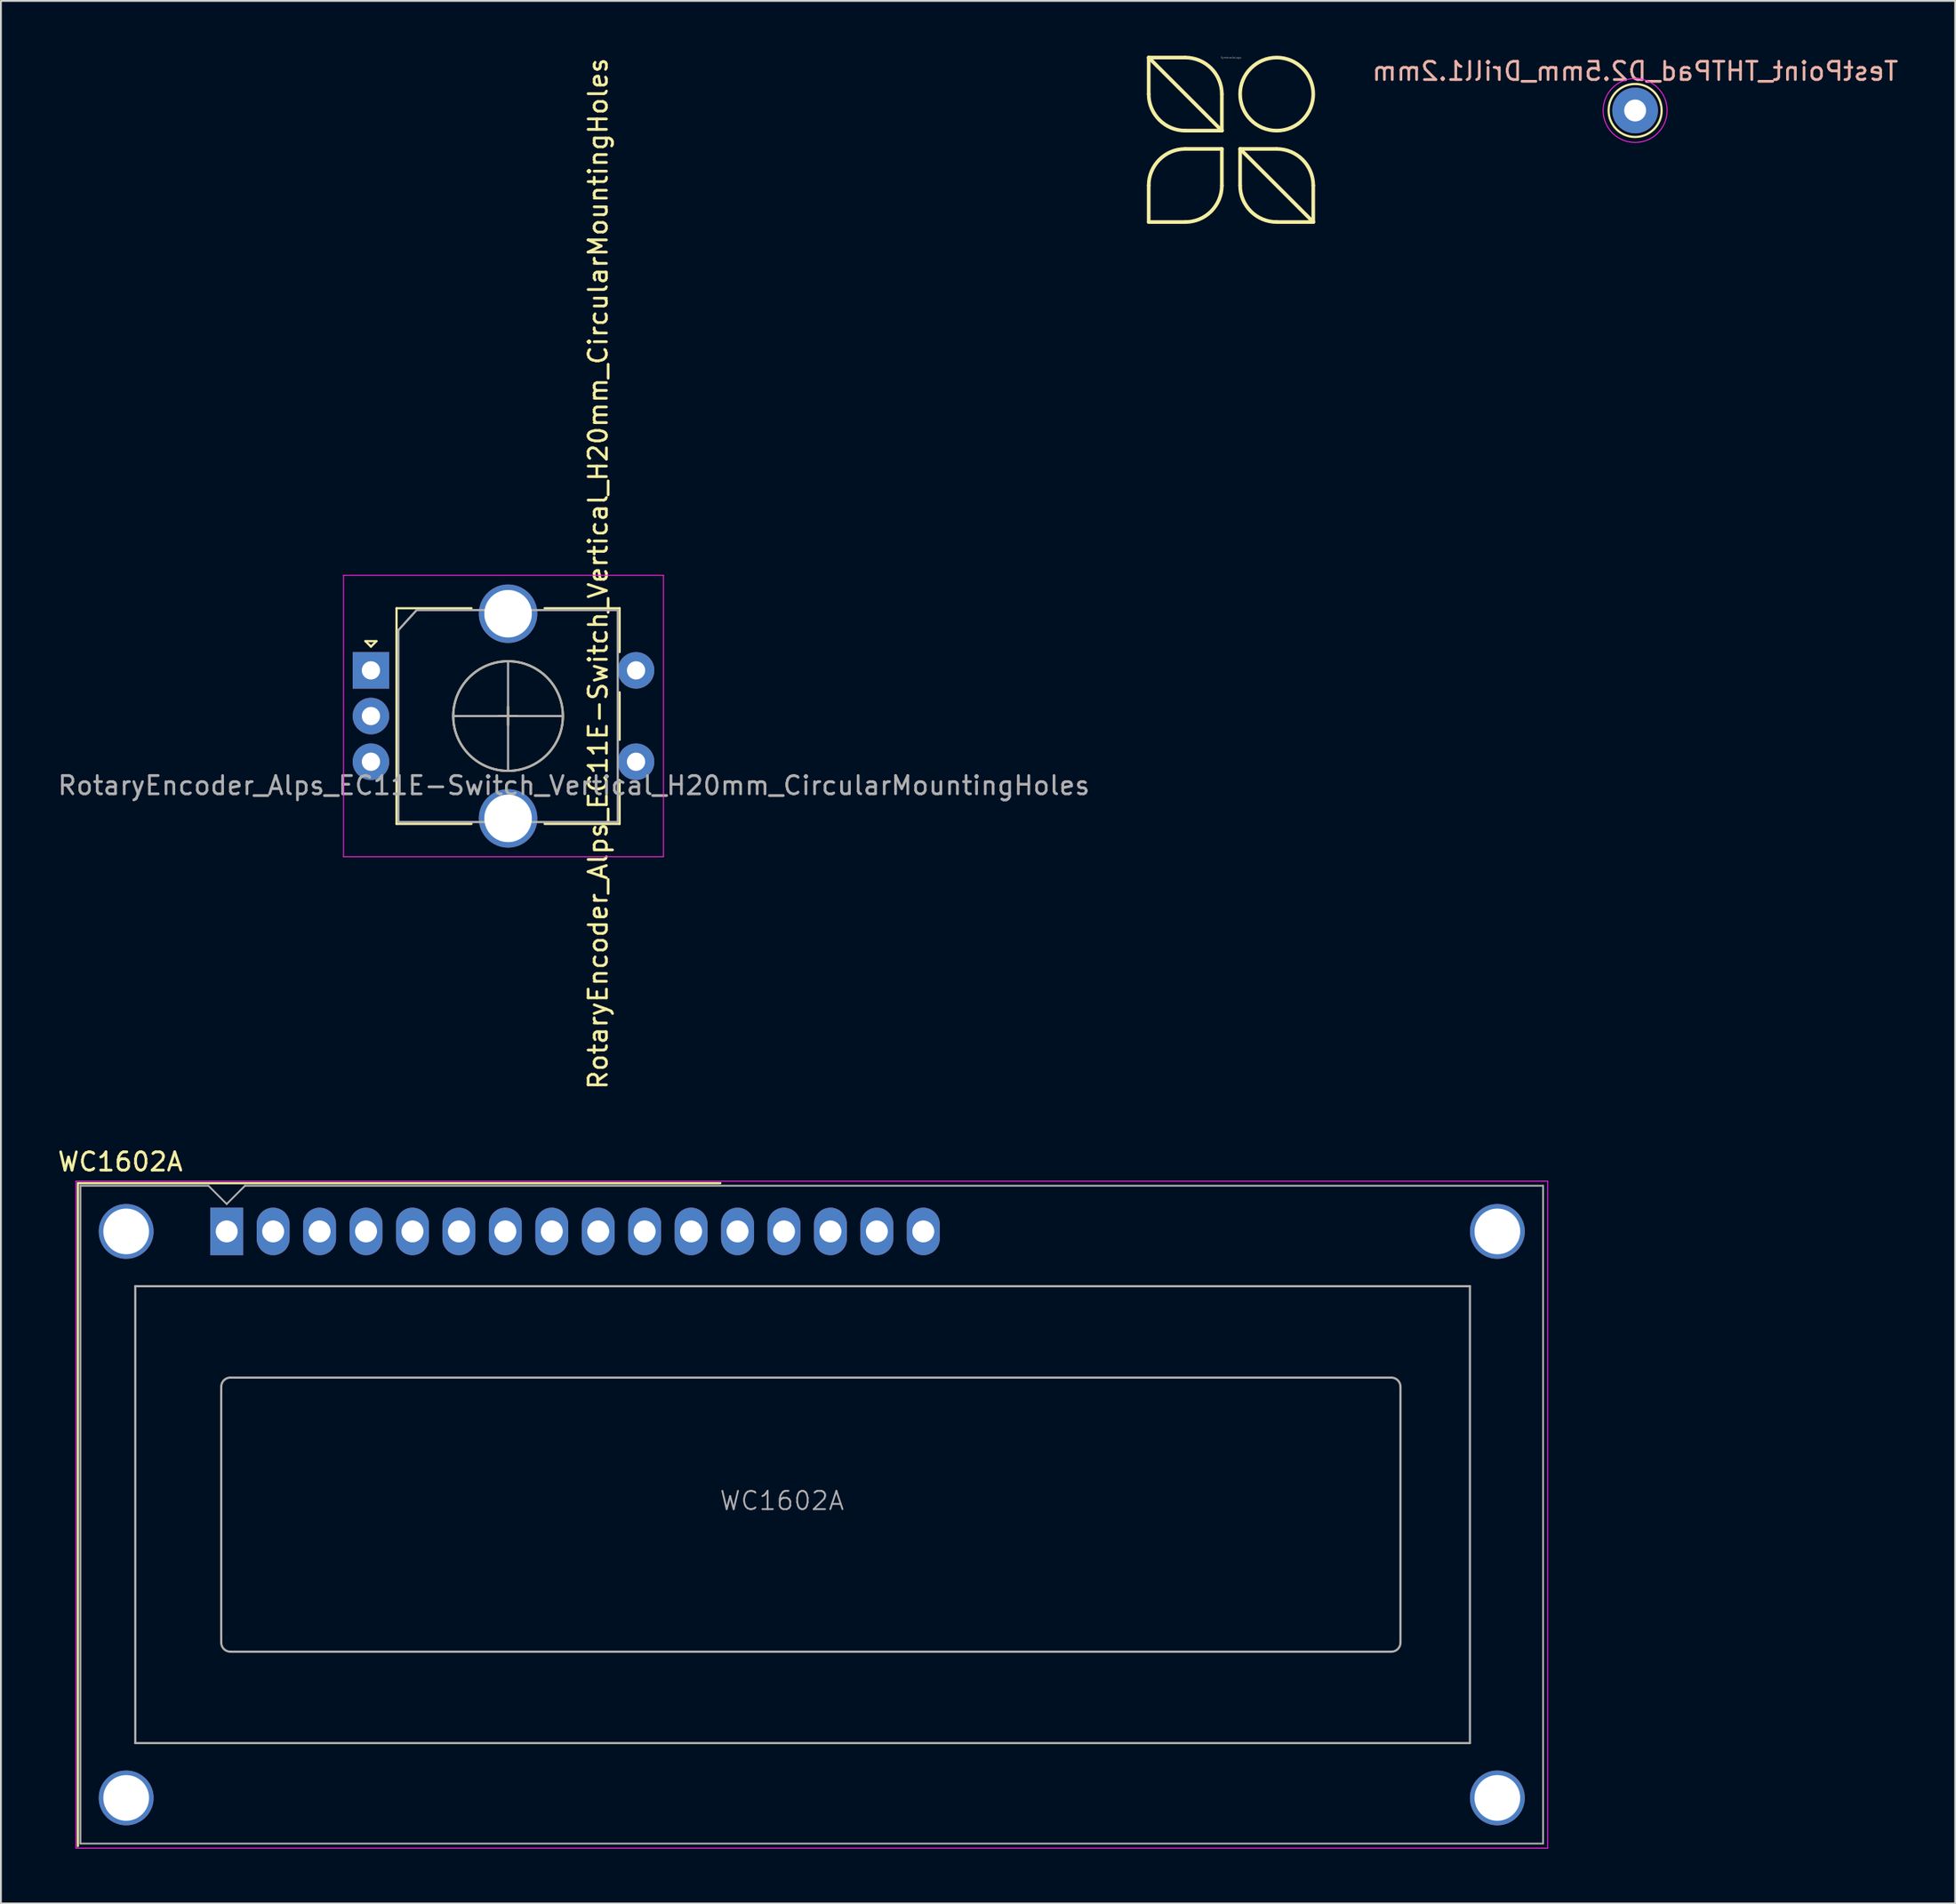
<source format=kicad_pcb>
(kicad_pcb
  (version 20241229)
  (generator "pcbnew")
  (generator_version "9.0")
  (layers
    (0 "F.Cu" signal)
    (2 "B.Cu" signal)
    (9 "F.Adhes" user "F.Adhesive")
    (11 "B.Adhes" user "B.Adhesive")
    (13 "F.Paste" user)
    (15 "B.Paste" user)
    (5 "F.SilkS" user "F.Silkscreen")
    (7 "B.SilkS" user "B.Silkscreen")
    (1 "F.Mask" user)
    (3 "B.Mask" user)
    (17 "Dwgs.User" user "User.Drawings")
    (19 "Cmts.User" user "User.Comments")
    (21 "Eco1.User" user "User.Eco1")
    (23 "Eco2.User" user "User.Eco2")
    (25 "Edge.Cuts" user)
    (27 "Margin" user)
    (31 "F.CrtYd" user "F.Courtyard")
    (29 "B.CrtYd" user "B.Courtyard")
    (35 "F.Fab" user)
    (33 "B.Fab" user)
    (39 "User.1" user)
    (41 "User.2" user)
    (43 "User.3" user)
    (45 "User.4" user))
  (footprint "WC1602A"
    (layer "F.Cu")
    (at 9.35 64.337)
    (property "Reference" "WC1602A" (at -5.82 -3.81 0) (layer "F.SilkS") (effects (font (size 1 1) (thickness 0.15))))
    (attr through_hole)
    (fp_line (start -8.14 -2.64) (end -8.14 33.64) (stroke (width 0.12) (type solid)) (layer "F.SilkS"))
    (fp_line (start -8.13 -2.64) (end 27 -2.64) (stroke (width 0.12) (type solid)) (layer "F.SilkS"))
    (fp_line (start -8.25 -2.75) (end -8.25 33.75) (stroke (width 0.05) (type solid)) (layer "F.CrtYd"))
    (fp_line (start -8.25 -2.75) (end 72.25 -2.75) (stroke (width 0.05) (type solid)) (layer "F.CrtYd"))
    (fp_line (start -8.25 33.75) (end 72.25 33.75) (stroke (width 0.05) (type solid)) (layer "F.CrtYd"))
    (fp_line (start 72.25 -2.75) (end 72.25 33.75) (stroke (width 0.05) (type solid)) (layer "F.CrtYd"))
    (fp_line (start -8 33.5) (end -8 -2.5) (stroke (width 0.1) (type solid)) (layer "F.Fab"))
    (fp_line (start -5 3) (end 68 3) (stroke (width 0.12) (type solid)) (layer "F.Fab"))
    (fp_line (start -5 28) (end -5 3) (stroke (width 0.12) (type solid)) (layer "F.Fab"))
    (fp_line (start -1 -2.5) (end -8 -2.5) (stroke (width 0.1) (type solid)) (layer "F.Fab"))
    (fp_line (start -0.3 22.499) (end -0.3 8.5) (stroke (width 0.12) (type solid)) (layer "F.Fab"))
    (fp_line (start 0 -1.5) (end -1 -2.5) (stroke (width 0.1) (type solid)) (layer "F.Fab"))
    (fp_line (start 0.2 8) (end 63.7 8) (stroke (width 0.12) (type solid)) (layer "F.Fab"))
    (fp_line (start 1 -2.5) (end 0 -1.5) (stroke (width 0.1) (type solid)) (layer "F.Fab"))
    (fp_line (start 1 -2.5) (end 72 -2.5) (stroke (width 0.1) (type solid)) (layer "F.Fab"))
    (fp_line (start 63.701 23) (end 0.2 23) (stroke (width 0.12) (type solid)) (layer "F.Fab"))
    (fp_line (start 64.2 8.5) (end 64.2 22.5) (stroke (width 0.12) (type solid)) (layer "F.Fab"))
    (fp_line (start 68 3) (end 68 28) (stroke (width 0.12) (type solid)) (layer "F.Fab"))
    (fp_line (start 68 28) (end -5 28) (stroke (width 0.12) (type solid)) (layer "F.Fab"))
    (fp_line (start 72 -2.5) (end 72 33.5) (stroke (width 0.1) (type solid)) (layer "F.Fab"))
    (fp_line (start 72 33.5) (end -8 33.5) (stroke (width 0.1) (type solid)) (layer "F.Fab"))
    (fp_arc (start -0.29972 8.49884) (mid -0.153162 8.145018) (end 0.20066 7.99846) (stroke (width 0.12) (type solid)) (layer "F.Fab"))
    (fp_arc (start 0.20066 22.9997) (mid -0.153162 22.853142) (end -0.29972 22.49932) (stroke (width 0.12) (type solid)) (layer "F.Fab"))
    (fp_arc (start 63.7 8) (mid 64.053553 8.146447) (end 64.2 8.5) (stroke (width 0.12) (type solid)) (layer "F.Fab"))
    (fp_arc (start 64.20104 22.49932) (mid 64.054482 22.853142) (end 63.70066 22.9997) (stroke (width 0.12) (type solid)) (layer "F.Fab"))
    (fp_text user "${REFERENCE}" (at 30.37 14.74 0) (layer "F.Fab") (effects (font (size 1 1) (thickness 0.1))))
    (pad "" thru_hole circle (at -5.499 0) (size 3 3) (drill 2.5) (layers "*.Cu" "*.Mask"))
    (pad "" thru_hole circle (at -5.499 31.001) (size 3 3) (drill 2.5) (layers "*.Cu" "*.Mask"))
    (pad "" thru_hole circle (at 69.499 31.001) (size 3 3) (drill 2.5) (layers "*.Cu" "*.Mask"))
    (pad "" thru_hole circle (at 69.5 0) (size 3 3) (drill 2.5) (layers "*.Cu" "*.Mask"))
    (pad "1" thru_hole rect (at 0 0) (size 1.8 2.6) (drill 1.2) (layers "*.Cu" "*.Mask"))
    (pad "2" thru_hole oval (at 2.54 0) (size 1.8 2.6) (drill 1.2) (layers "*.Cu" "*.Mask"))
    (pad "3" thru_hole oval (at 5.08 0) (size 1.8 2.6) (drill 1.2) (layers "*.Cu" "*.Mask"))
    (pad "4" thru_hole oval (at 7.62 0) (size 1.8 2.6) (drill 1.2) (layers "*.Cu" "*.Mask"))
    (pad "5" thru_hole oval (at 10.16 0) (size 1.8 2.6) (drill 1.2) (layers "*.Cu" "*.Mask"))
    (pad "6" thru_hole oval (at 12.7 0) (size 1.8 2.6) (drill 1.2) (layers "*.Cu" "*.Mask"))
    (pad "7" thru_hole oval (at 15.24 0) (size 1.8 2.6) (drill 1.2) (layers "*.Cu" "*.Mask"))
    (pad "8" thru_hole oval (at 17.78 0) (size 1.8 2.6) (drill 1.2) (layers "*.Cu" "*.Mask"))
    (pad "9" thru_hole oval (at 20.32 0) (size 1.8 2.6) (drill 1.2) (layers "*.Cu" "*.Mask"))
    (pad "10" thru_hole oval (at 22.86 0) (size 1.8 2.6) (drill 1.2) (layers "*.Cu" "*.Mask"))
    (pad "11" thru_hole oval (at 25.4 0) (size 1.8 2.6) (drill 1.2) (layers "*.Cu" "*.Mask"))
    (pad "12" thru_hole oval (at 27.94 0) (size 1.8 2.6) (drill 1.2) (layers "*.Cu" "*.Mask"))
    (pad "13" thru_hole oval (at 30.48 0) (size 1.8 2.6) (drill 1.2) (layers "*.Cu" "*.Mask"))
    (pad "14" thru_hole oval (at 33.02 0) (size 1.8 2.6) (drill 1.2) (layers "*.Cu" "*.Mask"))
    (pad "15" thru_hole oval (at 35.56 0) (size 1.8 2.6) (drill 1.2) (layers "*.Cu" "*.Mask"))
    (pad "16" thru_hole oval (at 38.1 0) (size 1.8 2.6) (drill 1.2) (layers "*.Cu" "*.Mask")))
  (footprint "TestPoint_THTPad_D2.5mm_Drill1.2mm"
    (layer "F.Cu")
    (at 86.385 2.996)
    (property "Reference" "TestPoint_THTPad_D2.5mm_Drill1.2mm" (at 0 -2.148 0) (layer "B.SilkS") (effects (font (size 1 1) (thickness 0.15)) (justify mirror)))
    (attr exclude_from_pos_files exclude_from_bom)
    (fp_circle (center 0 0) (end 0 1.45) (stroke (width 0.12) (type solid)) (fill no) (layer "F.SilkS"))
    (fp_circle (center 0 0) (end 1.75 0) (stroke (width 0.05) (type solid)) (fill no) (layer "F.CrtYd"))
    (pad "1" thru_hole circle (at 0 0) (size 2.5 2.5) (drill 1.2) (layers "*.Cu" "*.Mask")))
  (footprint "SymbrosiaLogo"
    (layer "F.Cu")
    (at 64.279 4.6)
    (property "Reference" "SymbrosiaLogo" (at 0 -4.5 0) (layer "Dwgs.User") (effects (font (size 0.1 0.1) (thickness 0.01))))
    (attr through_hole)
    (fp_line (start -4.5 -4.5) (end -4.5 -2.5) (stroke (width 0.2) (type solid)) (layer "F.SilkS"))
    (fp_line (start -4.5 -4.5) (end -0.5 -0.5) (stroke (width 0.2) (type solid)) (layer "F.SilkS"))
    (fp_line (start -4.5 2.5) (end -4.5 4.5) (stroke (width 0.2) (type solid)) (layer "F.SilkS"))
    (fp_line (start -4.5 4.5) (end -2.5 4.5) (stroke (width 0.2) (type solid)) (layer "F.SilkS"))
    (fp_line (start -2.5 -4.5) (end -4.5 -4.5) (stroke (width 0.2) (type solid)) (layer "F.SilkS"))
    (fp_line (start -2.5 0.5) (end -0.5 0.5) (stroke (width 0.2) (type solid)) (layer "F.SilkS"))
    (fp_line (start -0.5 -0.5) (end -2.5 -0.5) (stroke (width 0.2) (type solid)) (layer "F.SilkS"))
    (fp_line (start -0.5 -0.5) (end -0.5 -2.5) (stroke (width 0.2) (type solid)) (layer "F.SilkS"))
    (fp_line (start -0.5 0.5) (end -0.5 2.5) (stroke (width 0.2) (type solid)) (layer "F.SilkS"))
    (fp_line (start 0.5 0.5) (end 2.5 0.5) (stroke (width 0.2) (type solid)) (layer "F.SilkS"))
    (fp_line (start 0.5 0.5) (end 4.5 4.5) (stroke (width 0.2) (type solid)) (layer "F.SilkS"))
    (fp_line (start 0.5 2.5) (end 0.5 0.5) (stroke (width 0.2) (type solid)) (layer "F.SilkS"))
    (fp_line (start 2.5 4.5) (end 4.5 4.5) (stroke (width 0.2) (type solid)) (layer "F.SilkS"))
    (fp_line (start 4.5 4.5) (end 4.5 2.5) (stroke (width 0.2) (type solid)) (layer "F.SilkS"))
    (fp_arc (start -4.5 2.5) (mid -3.914214 1.085786) (end -2.5 0.5) (stroke (width 0.2) (type solid)) (layer "F.SilkS"))
    (fp_arc (start -2.5 -4.5) (mid -1.085786 -3.914214) (end -0.5 -2.5) (stroke (width 0.2) (type solid)) (layer "F.SilkS"))
    (fp_arc (start -2.5 -0.5) (mid -3.914214 -1.085786) (end -4.5 -2.5) (stroke (width 0.2) (type solid)) (layer "F.SilkS"))
    (fp_arc (start -0.5 2.5) (mid -1.085786 3.914214) (end -2.5 4.5) (stroke (width 0.2) (type solid)) (layer "F.SilkS"))
    (fp_arc (start 2.5 0.5) (mid 3.914214 1.085786) (end 4.5 2.5) (stroke (width 0.2) (type solid)) (layer "F.SilkS"))
    (fp_arc (start 2.5 4.5) (mid 1.085786 3.914214) (end 0.5 2.5) (stroke (width 0.2) (type solid)) (layer "F.SilkS"))
    (fp_circle (center 2.5 -2.5) (end 4.5 -2.5) (stroke (width 0.2) (type solid)) (fill no) (layer "F.SilkS")))
  (footprint "RotaryEncoder_Alps_EC11E-Switch_Vertical_H20mm_CircularMountingHoles"
    (layer "F.Cu")
    (at 17.239 33.635)
    (property "Reference" "RotaryEncoder_Alps_EC11E-Switch_Vertical_H20mm_CircularMountingHoles" (at 12.424 -5.296 270) (layer "F.SilkS") (effects (font (size 1 1) (thickness 0.15))))
    (attr through_hole)
    (fp_line (start -0.3 -1.6) (end 0.3 -1.6) (stroke (width 0.12) (type solid)) (layer "F.SilkS"))
    (fp_line (start 0 -1.3) (end -0.3 -1.6) (stroke (width 0.12) (type solid)) (layer "F.SilkS"))
    (fp_line (start 0.3 -1.6) (end 0 -1.3) (stroke (width 0.12) (type solid)) (layer "F.SilkS"))
    (fp_line (start 1.4 -3.4) (end 1.4 8.4) (stroke (width 0.12) (type solid)) (layer "F.SilkS"))
    (fp_line (start 5.5 -3.4) (end 1.4 -3.4) (stroke (width 0.12) (type solid)) (layer "F.SilkS"))
    (fp_line (start 5.5 8.4) (end 1.4 8.4) (stroke (width 0.12) (type solid)) (layer "F.SilkS"))
    (fp_line (start 7 2.5) (end 8 2.5) (stroke (width 0.12) (type solid)) (layer "F.SilkS"))
    (fp_line (start 7.5 2) (end 7.5 3) (stroke (width 0.12) (type solid)) (layer "F.SilkS"))
    (fp_line (start 9.5 -3.4) (end 13.6 -3.4) (stroke (width 0.12) (type solid)) (layer "F.SilkS"))
    (fp_line (start 13.6 -3.4) (end 13.6 -1) (stroke (width 0.12) (type solid)) (layer "F.SilkS"))
    (fp_line (start 13.6 1.2) (end 13.6 3.8) (stroke (width 0.12) (type solid)) (layer "F.SilkS"))
    (fp_line (start 13.6 6) (end 13.6 8.4) (stroke (width 0.12) (type solid)) (layer "F.SilkS"))
    (fp_line (start 13.6 8.4) (end 9.5 8.4) (stroke (width 0.12) (type solid)) (layer "F.SilkS"))
    (fp_circle (center 7.5 2.5) (end 10.5 2.5) (stroke (width 0.12) (type solid)) (fill no) (layer "F.SilkS"))
    (fp_line (start -1.5 -5.2) (end -1.5 10.2) (stroke (width 0.05) (type solid)) (layer "F.CrtYd"))
    (fp_line (start -1.5 -5.2) (end 16 -5.2) (stroke (width 0.05) (type solid)) (layer "F.CrtYd"))
    (fp_line (start 16 10.2) (end -1.5 10.2) (stroke (width 0.05) (type solid)) (layer "F.CrtYd"))
    (fp_line (start 16 10.2) (end 16 -5.2) (stroke (width 0.05) (type solid)) (layer "F.CrtYd"))
    (fp_line (start 1.5 -2.2) (end 2.5 -3.3) (stroke (width 0.12) (type solid)) (layer "F.Fab"))
    (fp_line (start 1.5 8.3) (end 1.5 -2.2) (stroke (width 0.12) (type solid)) (layer "F.Fab"))
    (fp_line (start 2.5 -3.3) (end 13.5 -3.3) (stroke (width 0.12) (type solid)) (layer "F.Fab"))
    (fp_line (start 4.5 2.5) (end 10.5 2.5) (stroke (width 0.12) (type solid)) (layer "F.Fab"))
    (fp_line (start 7.5 -0.5) (end 7.5 5.5) (stroke (width 0.12) (type solid)) (layer "F.Fab"))
    (fp_line (start 13.5 -3.3) (end 13.5 8.3) (stroke (width 0.12) (type solid)) (layer "F.Fab"))
    (fp_line (start 13.5 8.3) (end 1.5 8.3) (stroke (width 0.12) (type solid)) (layer "F.Fab"))
    (fp_circle (center 7.5 2.5) (end 10.5 2.5) (stroke (width 0.12) (type solid)) (fill no) (layer "F.Fab"))
    (fp_text user "${REFERENCE}" (at 11.1 6.3 180) (layer "F.Fab") (effects (font (size 1 1) (thickness 0.15))))
    (pad "A" thru_hole rect (at 0 0) (size 2 2) (drill 1) (layers "*.Cu" "*.Mask"))
    (pad "B" thru_hole circle (at 0 5) (size 2 2) (drill 1) (layers "*.Cu" "*.Mask"))
    (pad "C" thru_hole circle (at 0 2.5) (size 2 2) (drill 1) (layers "*.Cu" "*.Mask"))
    (pad "MP" thru_hole circle (at 7.5 -3.1) (size 3.2 3.2) (drill 2.6) (layers "*.Cu" "*.Mask"))
    (pad "MP" thru_hole circle (at 7.5 8.1) (size 3.2 3.2) (drill 2.6) (layers "*.Cu" "*.Mask"))
    (pad "S1" thru_hole circle (at 14.5 5) (size 2 2) (drill 1) (layers "*.Cu" "*.Mask"))
    (pad "S2" thru_hole circle (at 14.5 0) (size 2 2) (drill 1) (layers "*.Cu" "*.Mask")))
  (gr_rect
    (start -3 -3)
    (end 103.89 101.112)
    (stroke (width 0.1) (type default))
    (fill no)
    (layer "Edge.Cuts")))
</source>
